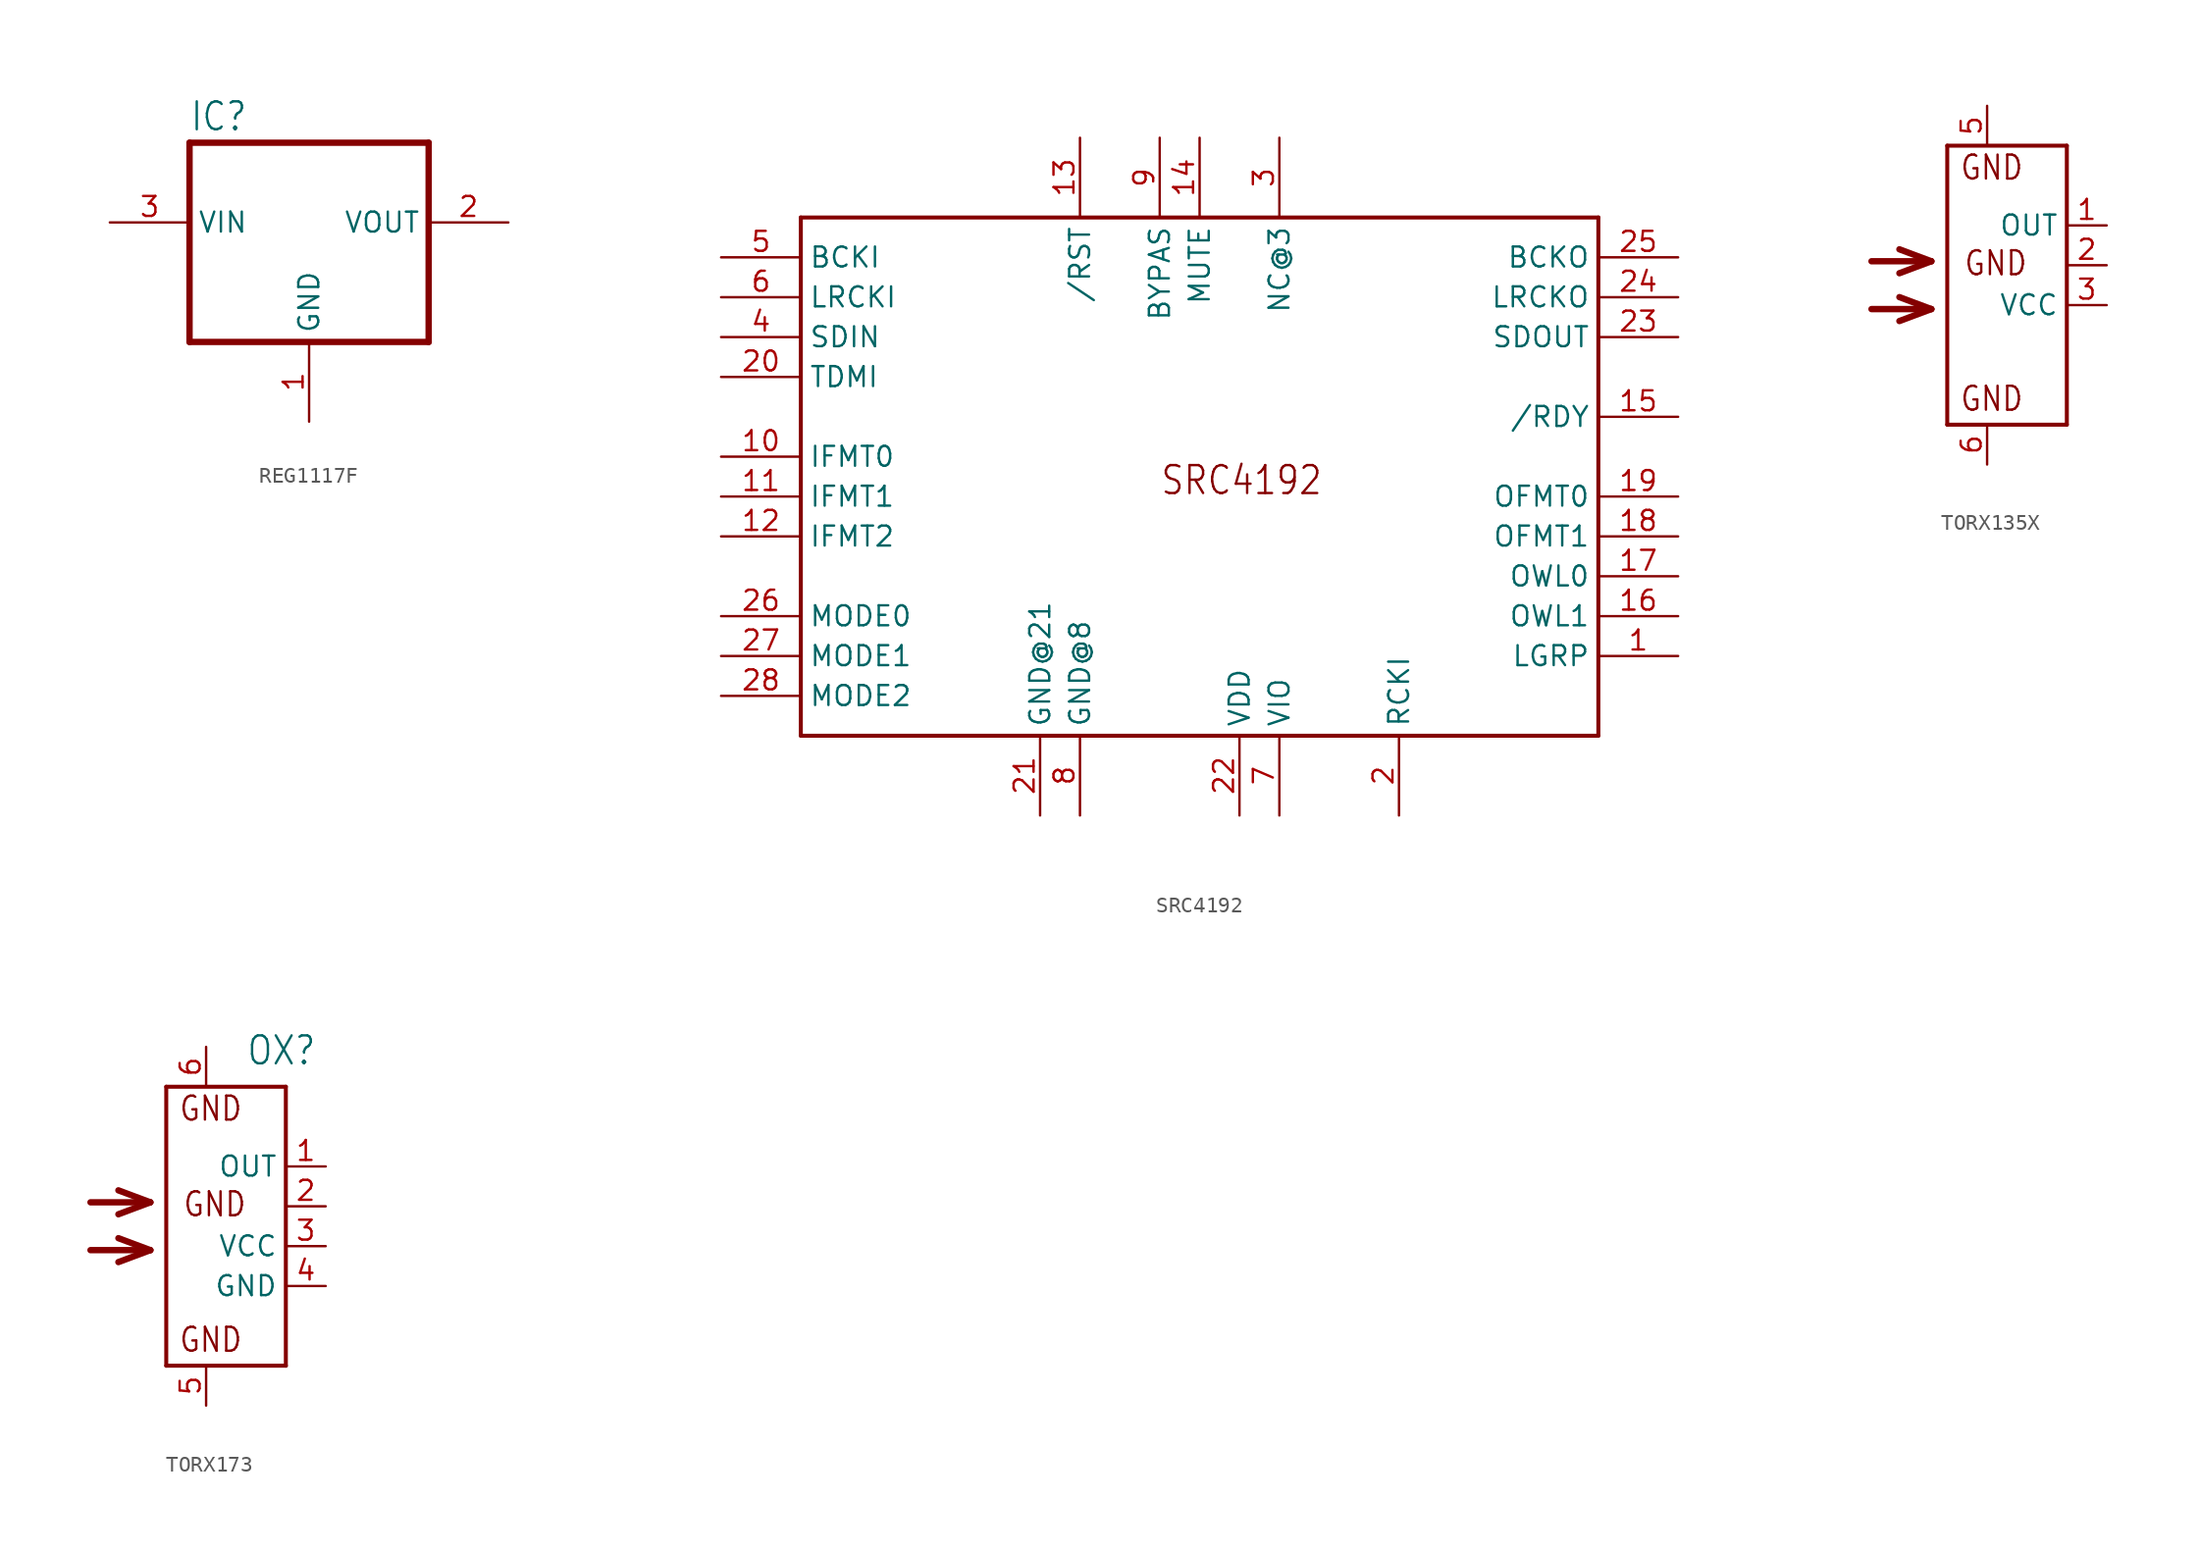
<source format=kicad_sym>
(kicad_symbol_lib
  (version 20231120)
  (generator "kicad_symbol_editor")
  (generator_version "8.0")
  (symbol "REG1117F"
    (property "Reference" "IC"
      (at -7.62 5.715 0)
      (effects (font (size 1.778 1.511)) (justify left bottom)))
    (property "Value" ""
      (at -5.08 2.54 0)
      (effects (font (size 1.778 1.511)) (justify left bottom)))
    (property "ki_locked" ""
      (at 0 0 0)
      (effects (font (size 1.27 1.27))))
    (symbol "REG1117F_1_0"
      (polyline (pts (xy -7.62 -7.62) (xy 7.62 -7.62)) (stroke (width 0.406) (type solid)) (fill (type none)))
      (polyline (pts (xy -7.62 5.08) (xy -7.62 -7.62)) (stroke (width 0.406) (type solid)) (fill (type none)))
      (polyline (pts (xy 7.62 -7.62) (xy 7.62 5.08)) (stroke (width 0.406) (type solid)) (fill (type none)))
      (polyline (pts (xy 7.62 5.08) (xy -7.62 5.08)) (stroke (width 0.406) (type solid)) (fill (type none)))
      (pin power_in line (at 0 -12.7 90) (length 5.08) (name "GND" (effects (font (size 1.27 1.27)))) (number "1" (effects (font (size 1.27 1.27)))))
      (pin output line (at 12.7 0 180) (length 5.08) (name "VOUT" (effects (font (size 1.27 1.27)))) (number "2" (effects (font (size 1.27 1.27)))))
      (pin input line (at -12.7 0 0) (length 5.08) (name "VIN" (effects (font (size 1.27 1.27)))) (number "3" (effects (font (size 1.27 1.27)))))))
  (symbol "SRC4192"
    (property "Reference" ""
      (at 0 0 0)
      (effects (font (size 1.27 1.27)) (hide yes)))
    (property "ki_locked" ""
      (at 0 0 0)
      (effects (font (size 1.27 1.27))))
    (symbol "SRC4192_1_0"
      (polyline (pts (xy -25.4 -15.24) (xy -25.4 17.78)) (stroke (width 0.254) (type solid)) (fill (type none)))
      (polyline (pts (xy -25.4 17.78) (xy 25.4 17.78)) (stroke (width 0.254) (type solid)) (fill (type none)))
      (polyline (pts (xy 25.4 -15.24) (xy -25.4 -15.24)) (stroke (width 0.254) (type solid)) (fill (type none)))
      (polyline (pts (xy 25.4 17.78) (xy 25.4 -15.24)) (stroke (width 0.254) (type solid)) (fill (type none)))
      (text "SRC4192" (at -2.54 0 0) (effects (font (size 1.778 1.511)) (justify left bottom)))
      (pin bidirectional line (at 30.48 -10.16 180) (length 5.08) (name "LGRP" (effects (font (size 1.27 1.27)))) (number "1" (effects (font (size 1.27 1.27)))))
      (pin bidirectional line (at -30.48 2.54 0) (length 5.08) (name "IFMT0" (effects (font (size 1.27 1.27)))) (number "10" (effects (font (size 1.27 1.27)))))
      (pin bidirectional line (at -30.48 0 0) (length 5.08) (name "IFMT1" (effects (font (size 1.27 1.27)))) (number "11" (effects (font (size 1.27 1.27)))))
      (pin bidirectional line (at -30.48 -2.54 0) (length 5.08) (name "IFMT2" (effects (font (size 1.27 1.27)))) (number "12" (effects (font (size 1.27 1.27)))))
      (pin bidirectional line (at -7.62 22.86 270) (length 5.08) (name "/RST" (effects (font (size 1.27 1.27)))) (number "13" (effects (font (size 1.27 1.27)))))
      (pin bidirectional line (at 0 22.86 270) (length 5.08) (name "MUTE" (effects (font (size 1.27 1.27)))) (number "14" (effects (font (size 1.27 1.27)))))
      (pin bidirectional line (at 30.48 5.08 180) (length 5.08) (name "/RDY" (effects (font (size 1.27 1.27)))) (number "15" (effects (font (size 1.27 1.27)))))
      (pin bidirectional line (at 30.48 -7.62 180) (length 5.08) (name "OWL1" (effects (font (size 1.27 1.27)))) (number "16" (effects (font (size 1.27 1.27)))))
      (pin bidirectional line (at 30.48 -5.08 180) (length 5.08) (name "OWL0" (effects (font (size 1.27 1.27)))) (number "17" (effects (font (size 1.27 1.27)))))
      (pin bidirectional line (at 30.48 -2.54 180) (length 5.08) (name "OFMT1" (effects (font (size 1.27 1.27)))) (number "18" (effects (font (size 1.27 1.27)))))
      (pin bidirectional line (at 30.48 0 180) (length 5.08) (name "OFMT0" (effects (font (size 1.27 1.27)))) (number "19" (effects (font (size 1.27 1.27)))))
      (pin bidirectional line (at 12.7 -20.32 90) (length 5.08) (name "RCKI" (effects (font (size 1.27 1.27)))) (number "2" (effects (font (size 1.27 1.27)))))
      (pin bidirectional line (at -30.48 7.62 0) (length 5.08) (name "TDMI" (effects (font (size 1.27 1.27)))) (number "20" (effects (font (size 1.27 1.27)))))
      (pin bidirectional line (at -10.16 -20.32 90) (length 5.08) (name "GND@21" (effects (font (size 1.27 1.27)))) (number "21" (effects (font (size 1.27 1.27)))))
      (pin bidirectional line (at 2.54 -20.32 90) (length 5.08) (name "VDD" (effects (font (size 1.27 1.27)))) (number "22" (effects (font (size 1.27 1.27)))))
      (pin bidirectional line (at 30.48 10.16 180) (length 5.08) (name "SDOUT" (effects (font (size 1.27 1.27)))) (number "23" (effects (font (size 1.27 1.27)))))
      (pin bidirectional line (at 30.48 12.7 180) (length 5.08) (name "LRCKO" (effects (font (size 1.27 1.27)))) (number "24" (effects (font (size 1.27 1.27)))))
      (pin bidirectional line (at 30.48 15.24 180) (length 5.08) (name "BCKO" (effects (font (size 1.27 1.27)))) (number "25" (effects (font (size 1.27 1.27)))))
      (pin bidirectional line (at -30.48 -7.62 0) (length 5.08) (name "MODE0" (effects (font (size 1.27 1.27)))) (number "26" (effects (font (size 1.27 1.27)))))
      (pin bidirectional line (at -30.48 -10.16 0) (length 5.08) (name "MODE1" (effects (font (size 1.27 1.27)))) (number "27" (effects (font (size 1.27 1.27)))))
      (pin bidirectional line (at -30.48 -12.7 0) (length 5.08) (name "MODE2" (effects (font (size 1.27 1.27)))) (number "28" (effects (font (size 1.27 1.27)))))
      (pin bidirectional line (at 5.08 22.86 270) (length 5.08) (name "NC@3" (effects (font (size 1.27 1.27)))) (number "3" (effects (font (size 1.27 1.27)))))
      (pin bidirectional line (at -30.48 10.16 0) (length 5.08) (name "SDIN" (effects (font (size 1.27 1.27)))) (number "4" (effects (font (size 1.27 1.27)))))
      (pin bidirectional line (at -30.48 15.24 0) (length 5.08) (name "BCKI" (effects (font (size 1.27 1.27)))) (number "5" (effects (font (size 1.27 1.27)))))
      (pin bidirectional line (at -30.48 12.7 0) (length 5.08) (name "LRCKI" (effects (font (size 1.27 1.27)))) (number "6" (effects (font (size 1.27 1.27)))))
      (pin bidirectional line (at 5.08 -20.32 90) (length 5.08) (name "VIO" (effects (font (size 1.27 1.27)))) (number "7" (effects (font (size 1.27 1.27)))))
      (pin bidirectional line (at -7.62 -20.32 90) (length 5.08) (name "GND@8" (effects (font (size 1.27 1.27)))) (number "8" (effects (font (size 1.27 1.27)))))
      (pin bidirectional line (at -2.54 22.86 270) (length 5.08) (name "BYPAS" (effects (font (size 1.27 1.27)))) (number "9" (effects (font (size 1.27 1.27)))))))
  (symbol "TORX135X"
    (property "Reference" ""
      (at 0 8.89 0)
      (effects (font (size 1.778 1.511)) (justify left bottom) (hide yes)))
    (property "Value" ""
      (at 0 -12.7 0)
      (effects (font (size 1.778 1.511)) (justify left bottom)))
    (property "ki_locked" ""
      (at 0 0 0)
      (effects (font (size 1.27 1.27))))
    (symbol "TORX135X_1_0"
      (polyline (pts (xy -9.906 -2.794) (xy -6.096 -2.794)) (stroke (width 0.406) (type solid)) (fill (type none)))
      (polyline (pts (xy -9.906 0.254) (xy -6.096 0.254)) (stroke (width 0.406) (type solid)) (fill (type none)))
      (polyline (pts (xy -6.096 -2.794) (xy -8.128 -3.556)) (stroke (width 0.406) (type solid)) (fill (type none)))
      (polyline (pts (xy -6.096 -2.794) (xy -8.128 -2.032)) (stroke (width 0.406) (type solid)) (fill (type none)))
      (polyline (pts (xy -6.096 0.254) (xy -8.128 -0.508)) (stroke (width 0.406) (type solid)) (fill (type none)))
      (polyline (pts (xy -6.096 0.254) (xy -8.128 1.016)) (stroke (width 0.406) (type solid)) (fill (type none)))
      (polyline (pts (xy -5.08 -10.16) (xy -5.08 7.62)) (stroke (width 0.254) (type solid)) (fill (type none)))
      (polyline (pts (xy -5.08 7.62) (xy 2.54 7.62)) (stroke (width 0.254) (type solid)) (fill (type none)))
      (polyline (pts (xy 2.54 -10.16) (xy -5.08 -10.16)) (stroke (width 0.254) (type solid)) (fill (type none)))
      (polyline (pts (xy 2.54 7.62) (xy 2.54 -10.16)) (stroke (width 0.254) (type solid)) (fill (type none)))
      (text "GND" (at -4.318 -9.398 0) (effects (font (size 1.524 1.295)) (justify left bottom)))
      (text "GND" (at -4.318 5.334 0) (effects (font (size 1.524 1.295)) (justify left bottom)))
      (text "GND" (at -4.064 -0.762 0) (effects (font (size 1.524 1.295)) (justify left bottom)))
      (pin output line (at 5.08 2.54 180) (length 2.54) (name "OUT" (effects (font (size 1.27 1.27)))) (number "1" (effects (font (size 1.27 1.27)))))
      (pin power_in line (at 5.08 0 180) (length 2.54) (name "GND@2" (effects (font (size 0 0)))) (number "2" (effects (font (size 1.27 1.27)))))
      (pin power_in line (at 5.08 -2.54 180) (length 2.54) (name "VCC" (effects (font (size 1.27 1.27)))) (number "3" (effects (font (size 1.27 1.27)))))
      (pin power_in line (at -2.54 10.16 270) (length 2.54) (name "GND@6" (effects (font (size 0 0)))) (number "5" (effects (font (size 1.27 1.27)))))
      (pin power_in line (at -2.54 -12.7 90) (length 2.54) (name "GND@5" (effects (font (size 0 0)))) (number "6" (effects (font (size 1.27 1.27)))))))
  (symbol "TORX173"
    (property "Reference" "OX"
      (at 2.54 11.43 0)
      (effects (font (size 1.778 1.511)) (justify left bottom)))
    (property "Value" ""
      (at 2.54 -10.16 0)
      (effects (font (size 1.778 1.511)) (justify left bottom)))
    (property "ki_locked" ""
      (at 0 0 0)
      (effects (font (size 1.27 1.27))))
    (symbol "TORX173_1_0"
      (polyline (pts (xy -7.366 -0.254) (xy -3.556 -0.254)) (stroke (width 0.406) (type solid)) (fill (type none)))
      (polyline (pts (xy -7.366 2.794) (xy -3.556 2.794)) (stroke (width 0.406) (type solid)) (fill (type none)))
      (polyline (pts (xy -3.556 -0.254) (xy -5.588 -1.016)) (stroke (width 0.406) (type solid)) (fill (type none)))
      (polyline (pts (xy -3.556 -0.254) (xy -5.588 0.508)) (stroke (width 0.406) (type solid)) (fill (type none)))
      (polyline (pts (xy -3.556 2.794) (xy -5.588 2.032)) (stroke (width 0.406) (type solid)) (fill (type none)))
      (polyline (pts (xy -3.556 2.794) (xy -5.588 3.556)) (stroke (width 0.406) (type solid)) (fill (type none)))
      (polyline (pts (xy -2.54 -7.62) (xy -2.54 10.16)) (stroke (width 0.254) (type solid)) (fill (type none)))
      (polyline (pts (xy -2.54 10.16) (xy 5.08 10.16)) (stroke (width 0.254) (type solid)) (fill (type none)))
      (polyline (pts (xy 5.08 -7.62) (xy -2.54 -7.62)) (stroke (width 0.254) (type solid)) (fill (type none)))
      (polyline (pts (xy 5.08 10.16) (xy 5.08 -7.62)) (stroke (width 0.254) (type solid)) (fill (type none)))
      (text "GND" (at -1.778 -6.858 0) (effects (font (size 1.524 1.295)) (justify left bottom)))
      (text "GND" (at -1.778 7.874 0) (effects (font (size 1.524 1.295)) (justify left bottom)))
      (text "GND" (at -1.524 1.778 0) (effects (font (size 1.524 1.295)) (justify left bottom)))
      (pin output line (at 7.62 5.08 180) (length 2.54) (name "OUT" (effects (font (size 1.27 1.27)))) (number "1" (effects (font (size 1.27 1.27)))))
      (pin power_in line (at 7.62 2.54 180) (length 2.54) (name "GND@2" (effects (font (size 0 0)))) (number "2" (effects (font (size 1.27 1.27)))))
      (pin power_in line (at 7.62 0 180) (length 2.54) (name "VCC" (effects (font (size 1.27 1.27)))) (number "3" (effects (font (size 1.27 1.27)))))
      (pin power_in line (at 7.62 -2.54 180) (length 2.54) (name "GND" (effects (font (size 1.27 1.27)))) (number "4" (effects (font (size 1.27 1.27)))))
      (pin power_in line (at 0 -10.16 90) (length 2.54) (name "GND@5" (effects (font (size 0 0)))) (number "5" (effects (font (size 1.27 1.27)))))
      (pin power_in line (at 0 12.7 270) (length 2.54) (name "GND@6" (effects (font (size 0 0)))) (number "6" (effects (font (size 1.27 1.27))))))))
</source>
